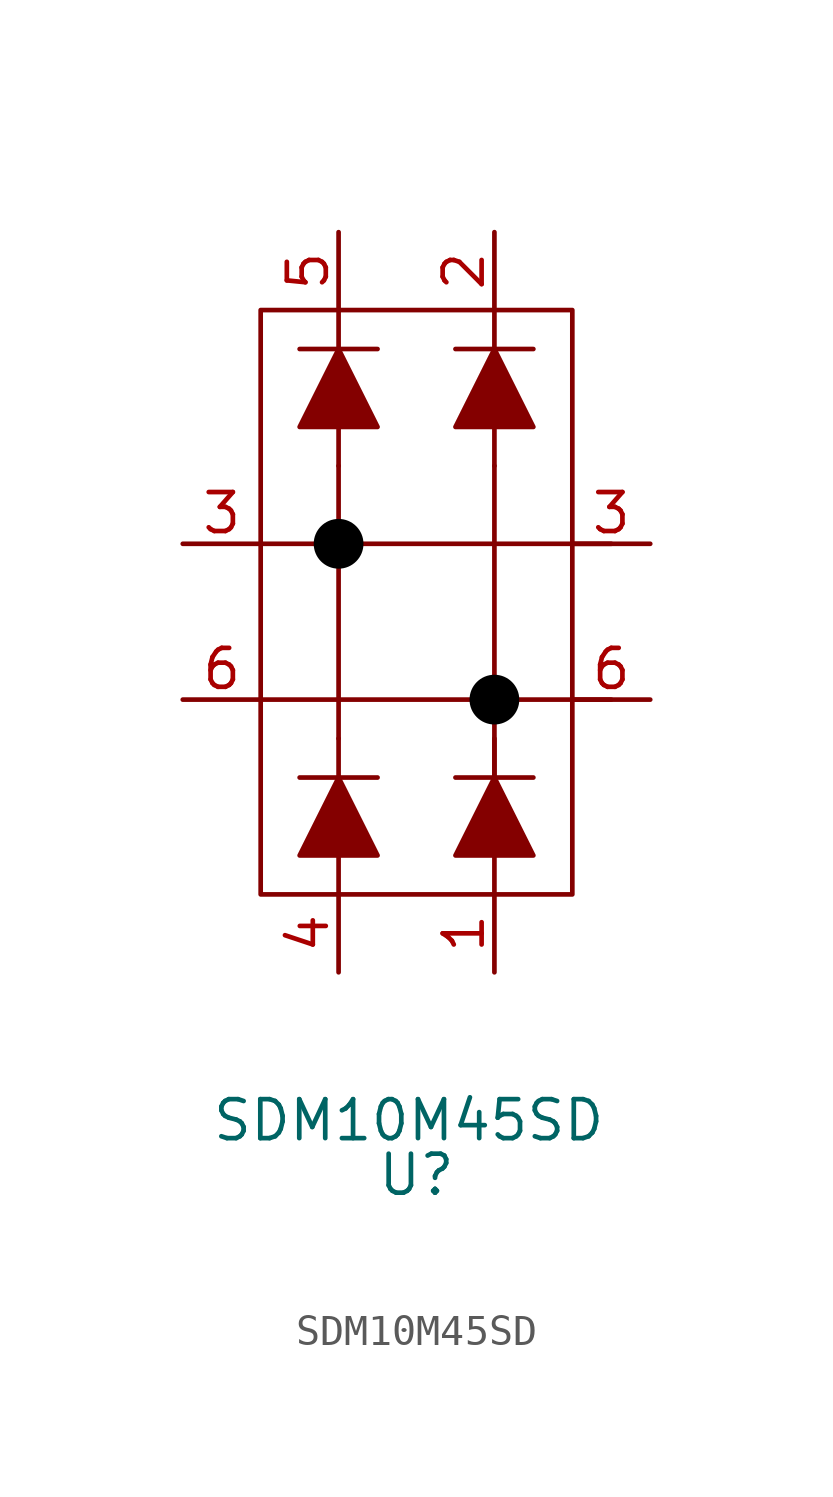
<source format=kicad_sym>
(kicad_symbol_lib
  (version 20231120)
  (generator "kicad_symbol_editor")
  (generator_version "8.0")
  (symbol "SDM10M45SD"
    (property "Reference" "U"
      (at 0 -18.034 0)
      (effects (font (size 1.27 1.27))))
    (property "Value" "SDM10M45SD"
      (at -0.254 -16.256 0)
      (effects (font (size 1.27 1.27))))
    (symbol "SDM10M45SD_0_1"
      (polyline (pts (xy -5.08 -2.54) (xy 6.35 -2.54)) (stroke (width 0) (type default)) (fill (type none)))
      (polyline (pts (xy -3.81 -5.08) (xy -1.27 -5.08)) (stroke (width 0) (type default)) (fill (type none)))
      (polyline (pts (xy -3.81 8.89) (xy -1.27 8.89)) (stroke (width 0) (type default)) (fill (type none)))
      (polyline (pts (xy -2.54 -3.81) (xy -2.54 -8.89)) (stroke (width 0) (type default)) (fill (type none)))
      (polyline (pts (xy -2.54 10.16) (xy -2.54 5.08)) (stroke (width 0) (type default)) (fill (type none)))
      (polyline (pts (xy 1.27 -5.08) (xy 3.81 -5.08)) (stroke (width 0) (type default)) (fill (type none)))
      (polyline (pts (xy 1.27 8.89) (xy 3.81 8.89)) (stroke (width 0) (type default)) (fill (type none)))
      (polyline (pts (xy 2.54 -3.81) (xy 2.54 -8.89)) (stroke (width 0) (type default)) (fill (type none))))
    (symbol "SDM10M45SD_1_1"
      (rectangle (start -5.08 10.16) (end 5.08 -8.89) (stroke (width 0) (type default)) (fill (type none)))
      (circle (center -2.54 2.54) (radius 0.735) (stroke (width 0) (type default) (color 0 0 0 1)) (fill (type outline)))
      (polyline (pts (xy -5.08 2.54) (xy 6.35 2.54)) (stroke (width 0) (type default)) (fill (type none)))
      (polyline (pts (xy -2.54 5.08) (xy -2.54 -3.81)) (stroke (width 0) (type default)) (fill (type none)))
      (polyline (pts (xy 2.54 5.08) (xy 2.54 -6.35)) (stroke (width 0) (type default)) (fill (type none)))
      (polyline (pts (xy 2.54 10.16) (xy 2.54 5.08)) (stroke (width 0) (type default)) (fill (type none)))
      (polyline (pts (xy -3.81 -7.62) (xy -1.27 -7.62) (xy -3.81 -7.62) (xy -2.54 -5.08) (xy -1.27 -7.62)) (stroke (width 0) (type default)) (fill (type outline)))
      (polyline (pts (xy -3.81 6.35) (xy -1.27 6.35) (xy -3.81 6.35) (xy -2.54 8.89) (xy -1.27 6.35)) (stroke (width 0) (type default)) (fill (type outline)))
      (polyline (pts (xy 1.27 -7.62) (xy 3.81 -7.62) (xy 1.27 -7.62) (xy 2.54 -5.08) (xy 3.81 -7.62)) (stroke (width 0) (type default)) (fill (type outline)))
      (polyline (pts (xy 1.27 6.35) (xy 3.81 6.35) (xy 1.27 6.35) (xy 2.54 8.89) (xy 3.81 6.35)) (stroke (width 0) (type default)) (fill (type outline)))
      (circle (center 2.54 -2.54) (radius 0.735) (stroke (width 0) (type default) (color 0 0 0 1)) (fill (type outline)))
      (pin passive line (at 2.54 -11.43 90) (length 2.54) (name "" (effects (font (size 1.27 1.27)))) (number "1" (effects (font (size 1.27 1.27)))))
      (pin passive line (at 2.54 12.7 270) (length 2.54) (name "" (effects (font (size 1.27 1.27)))) (number "2" (effects (font (size 1.27 1.27)))))
      (pin passive line (at -7.62 2.54 0) (length 2.54) (name "" (effects (font (size 1.27 1.27)))) (number "3" (effects (font (size 1.27 1.27)))))
      (pin passive line (at 7.62 2.54 180) (length 2.54) (name "" (effects (font (size 1.27 1.27)))) (number "3" (effects (font (size 1.27 1.27)))))
      (pin passive line (at -2.54 -11.43 90) (length 2.54) (name "" (effects (font (size 1.27 1.27)))) (number "4" (effects (font (size 1.27 1.27)))))
      (pin passive line (at -2.54 12.7 270) (length 2.54) (name "" (effects (font (size 1.27 1.27)))) (number "5" (effects (font (size 1.27 1.27)))))
      (pin passive line (at -7.62 -2.54 0) (length 2.54) (name "" (effects (font (size 1.27 1.27)))) (number "6" (effects (font (size 1.27 1.27)))))
      (pin passive line (at 7.62 -2.54 180) (length 2.54) (name "" (effects (font (size 1.27 1.27)))) (number "6" (effects (font (size 1.27 1.27))))))))
</source>
